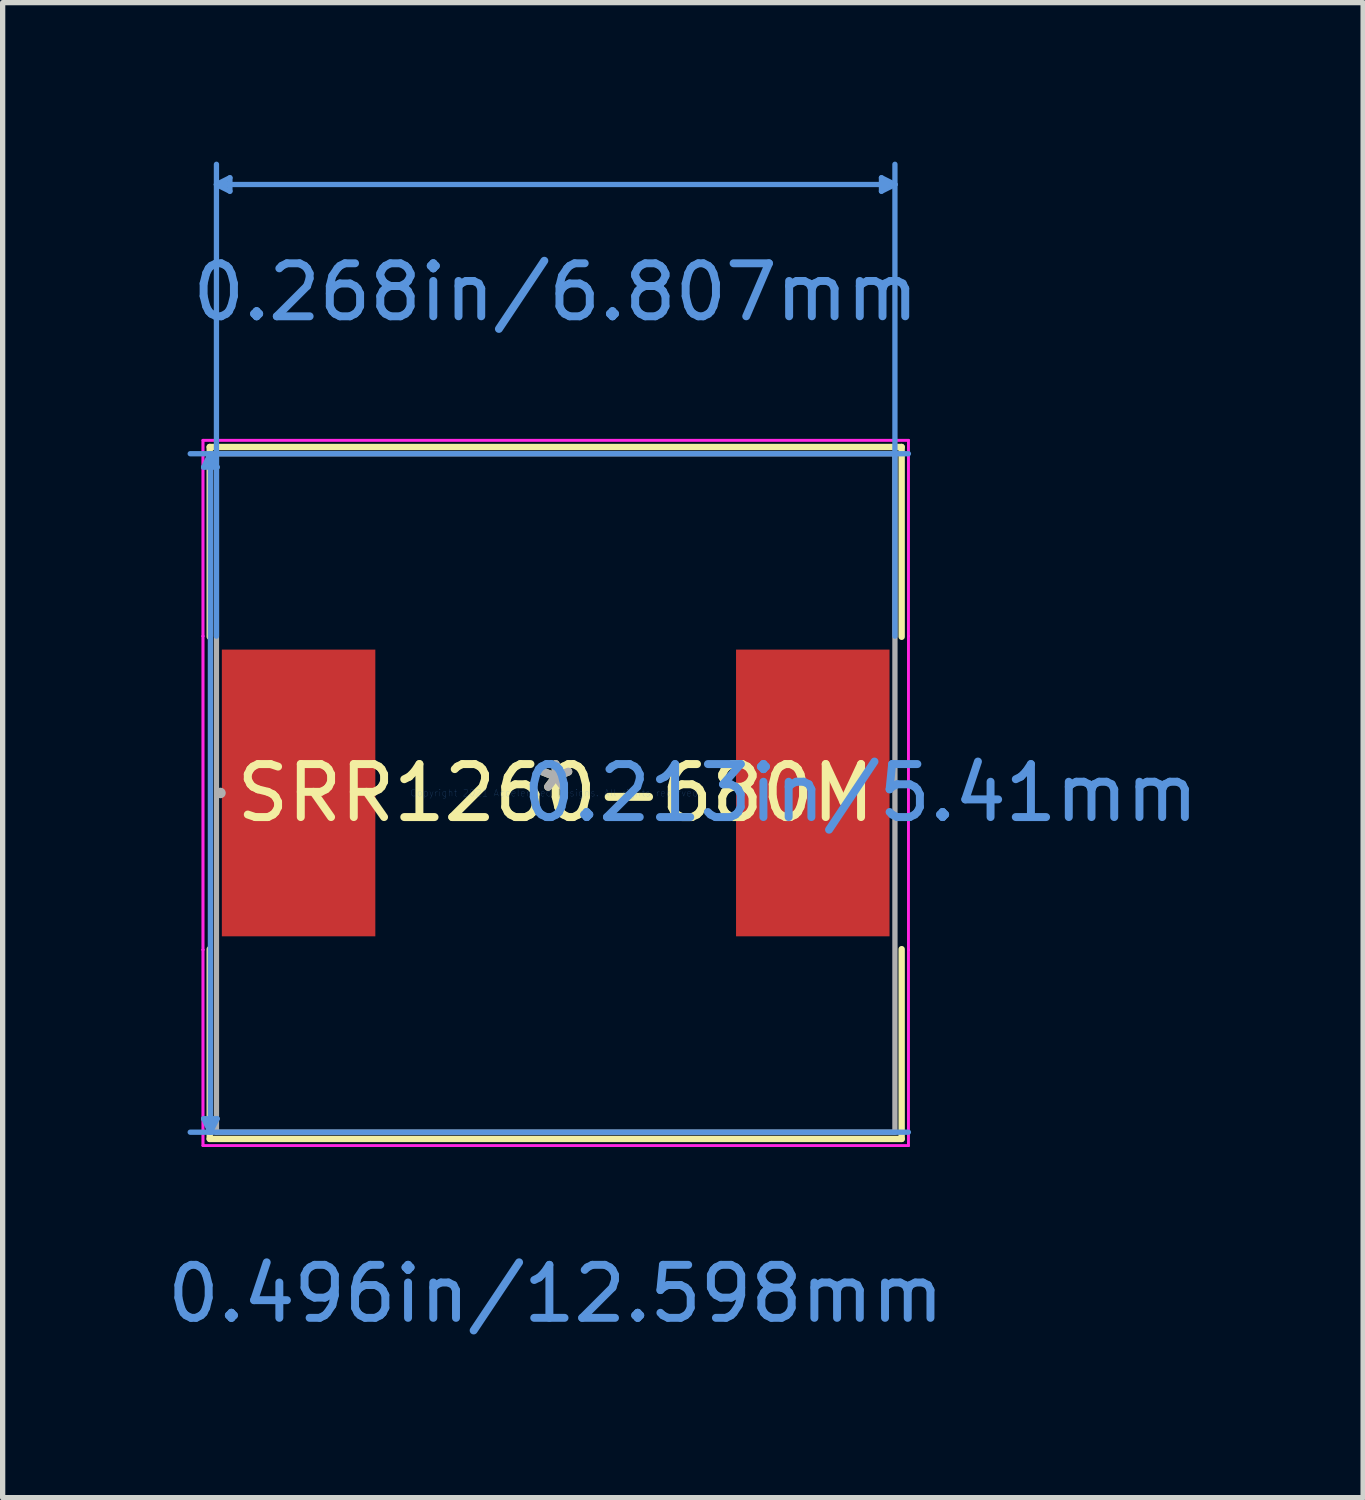
<source format=kicad_pcb>
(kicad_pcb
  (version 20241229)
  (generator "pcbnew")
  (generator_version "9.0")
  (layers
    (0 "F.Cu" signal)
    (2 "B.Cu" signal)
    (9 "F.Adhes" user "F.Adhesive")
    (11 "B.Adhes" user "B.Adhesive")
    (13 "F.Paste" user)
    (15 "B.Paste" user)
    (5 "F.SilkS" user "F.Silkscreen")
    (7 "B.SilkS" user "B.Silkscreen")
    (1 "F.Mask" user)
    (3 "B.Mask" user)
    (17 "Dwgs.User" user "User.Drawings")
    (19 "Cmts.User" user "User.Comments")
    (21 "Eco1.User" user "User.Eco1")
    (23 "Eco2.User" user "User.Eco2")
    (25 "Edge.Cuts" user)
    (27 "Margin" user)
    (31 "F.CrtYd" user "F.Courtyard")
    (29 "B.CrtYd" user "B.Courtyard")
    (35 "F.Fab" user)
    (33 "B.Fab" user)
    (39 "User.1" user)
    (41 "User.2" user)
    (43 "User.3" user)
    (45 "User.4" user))
  (footprint "SRR1260-680M"
    (layer "F.Cu")
    (at 7.435 11.912)
    (property "Reference" "SRR1260-680M" (at 0 0 0) (layer "F.SilkS") (effects (font (size 1 1) (thickness 0.15))))
    (attr through_hole)
    (fp_line (start -6.528 -6.528) (end -6.528 -2.947) (stroke (width 0.12) (type solid)) (layer "F.SilkS"))
    (fp_line (start -6.528 2.947) (end -6.528 6.528) (stroke (width 0.12) (type solid)) (layer "F.SilkS"))
    (fp_line (start -6.528 6.528) (end 6.528 6.528) (stroke (width 0.12) (type solid)) (layer "F.SilkS"))
    (fp_line (start 6.528 -6.528) (end -6.528 -6.528) (stroke (width 0.12) (type solid)) (layer "F.SilkS"))
    (fp_line (start 6.528 -2.947) (end 6.528 -6.528) (stroke (width 0.12) (type solid)) (layer "F.SilkS"))
    (fp_line (start 6.528 6.528) (end 6.528 2.947) (stroke (width 0.12) (type solid)) (layer "F.SilkS"))
    (fp_line (start -6.642 -6.147) (end -6.388 -6.147) (stroke (width 0.1) (type solid)) (layer "Cmts.User"))
    (fp_line (start -6.642 6.147) (end -6.388 6.147) (stroke (width 0.1) (type solid)) (layer "Cmts.User"))
    (fp_line (start -6.515 -6.401) (end -6.642 -6.147) (stroke (width 0.1) (type solid)) (layer "Cmts.User"))
    (fp_line (start -6.515 -6.401) (end -6.515 6.401) (stroke (width 0.1) (type solid)) (layer "Cmts.User"))
    (fp_line (start -6.515 -6.401) (end -6.388 -6.147) (stroke (width 0.1) (type solid)) (layer "Cmts.User"))
    (fp_line (start -6.515 6.401) (end -6.642 6.147) (stroke (width 0.1) (type solid)) (layer "Cmts.User"))
    (fp_line (start -6.515 6.401) (end -6.388 6.147) (stroke (width 0.1) (type solid)) (layer "Cmts.User"))
    (fp_line (start -6.401 -11.481) (end -6.147 -11.608) (stroke (width 0.1) (type solid)) (layer "Cmts.User"))
    (fp_line (start -6.401 -11.481) (end -6.147 -11.354) (stroke (width 0.1) (type solid)) (layer "Cmts.User"))
    (fp_line (start -6.401 -11.481) (end 6.401 -11.481) (stroke (width 0.1) (type solid)) (layer "Cmts.User"))
    (fp_line (start -6.401 -2.959) (end -6.401 -11.862) (stroke (width 0.1) (type solid)) (layer "Cmts.User"))
    (fp_line (start -6.147 -11.608) (end -6.147 -11.354) (stroke (width 0.1) (type solid)) (layer "Cmts.User"))
    (fp_line (start 6.147 -11.608) (end 6.147 -11.354) (stroke (width 0.1) (type solid)) (layer "Cmts.User"))
    (fp_line (start 6.401 -11.481) (end 6.147 -11.608) (stroke (width 0.1) (type solid)) (layer "Cmts.User"))
    (fp_line (start 6.401 -11.481) (end 6.147 -11.354) (stroke (width 0.1) (type solid)) (layer "Cmts.User"))
    (fp_line (start 6.401 -2.959) (end 6.401 -11.862) (stroke (width 0.1) (type solid)) (layer "Cmts.User"))
    (fp_line (start 6.655 -6.401) (end -6.896 -6.401) (stroke (width 0.1) (type solid)) (layer "Cmts.User"))
    (fp_line (start 6.655 6.401) (end -6.896 6.401) (stroke (width 0.1) (type solid)) (layer "Cmts.User"))
    (fp_line (start -6.655 -6.655) (end 6.655 -6.655) (stroke (width 0.05) (type solid)) (layer "F.CrtYd"))
    (fp_line (start -6.655 -6.655) (end 6.655 -6.655) (stroke (width 0.05) (type solid)) (layer "F.CrtYd"))
    (fp_line (start -6.655 -2.959) (end -6.655 -6.655) (stroke (width 0.05) (type solid)) (layer "F.CrtYd"))
    (fp_line (start -6.655 -2.959) (end -6.655 -6.655) (stroke (width 0.05) (type solid)) (layer "F.CrtYd"))
    (fp_line (start -6.655 -2.959) (end -6.655 -2.959) (stroke (width 0.05) (type solid)) (layer "F.CrtYd"))
    (fp_line (start -6.655 -2.959) (end -6.655 -2.959) (stroke (width 0.05) (type solid)) (layer "F.CrtYd"))
    (fp_line (start -6.655 2.959) (end -6.655 -2.959) (stroke (width 0.05) (type solid)) (layer "F.CrtYd"))
    (fp_line (start -6.655 2.959) (end -6.655 -2.959) (stroke (width 0.05) (type solid)) (layer "F.CrtYd"))
    (fp_line (start -6.655 2.959) (end -6.655 2.959) (stroke (width 0.05) (type solid)) (layer "F.CrtYd"))
    (fp_line (start -6.655 2.959) (end -6.655 2.959) (stroke (width 0.05) (type solid)) (layer "F.CrtYd"))
    (fp_line (start -6.655 6.655) (end -6.655 2.959) (stroke (width 0.05) (type solid)) (layer "F.CrtYd"))
    (fp_line (start -6.655 6.655) (end -6.655 2.959) (stroke (width 0.05) (type solid)) (layer "F.CrtYd"))
    (fp_line (start 6.655 -6.655) (end 6.655 -2.959) (stroke (width 0.05) (type solid)) (layer "F.CrtYd"))
    (fp_line (start 6.655 -6.655) (end 6.655 -2.959) (stroke (width 0.05) (type solid)) (layer "F.CrtYd"))
    (fp_line (start 6.655 -2.959) (end 6.655 -2.959) (stroke (width 0.05) (type solid)) (layer "F.CrtYd"))
    (fp_line (start 6.655 -2.959) (end 6.655 -2.959) (stroke (width 0.05) (type solid)) (layer "F.CrtYd"))
    (fp_line (start 6.655 -2.959) (end 6.655 2.959) (stroke (width 0.05) (type solid)) (layer "F.CrtYd"))
    (fp_line (start 6.655 -2.959) (end 6.655 2.959) (stroke (width 0.05) (type solid)) (layer "F.CrtYd"))
    (fp_line (start 6.655 2.959) (end 6.655 2.959) (stroke (width 0.05) (type solid)) (layer "F.CrtYd"))
    (fp_line (start 6.655 2.959) (end 6.655 2.959) (stroke (width 0.05) (type solid)) (layer "F.CrtYd"))
    (fp_line (start 6.655 2.959) (end 6.655 6.655) (stroke (width 0.05) (type solid)) (layer "F.CrtYd"))
    (fp_line (start 6.655 2.959) (end 6.655 6.655) (stroke (width 0.05) (type solid)) (layer "F.CrtYd"))
    (fp_line (start 6.655 6.655) (end -6.655 6.655) (stroke (width 0.05) (type solid)) (layer "F.CrtYd"))
    (fp_line (start 6.655 6.655) (end -6.655 6.655) (stroke (width 0.05) (type solid)) (layer "F.CrtYd"))
    (fp_line (start -6.401 -6.401) (end -6.401 6.401) (stroke (width 0.1) (type solid)) (layer "F.Fab"))
    (fp_line (start -6.401 6.401) (end 6.401 6.401) (stroke (width 0.1) (type solid)) (layer "F.Fab"))
    (fp_line (start 6.401 -6.401) (end -6.401 -6.401) (stroke (width 0.1) (type solid)) (layer "F.Fab"))
    (fp_line (start 6.401 6.401) (end 6.401 -6.401) (stroke (width 0.1) (type solid)) (layer "F.Fab"))
    (fp_circle (center -6.325 0) (end -6.325 0) (stroke (width 0.1) (type solid)) (fill no) (layer "F.Fab"))
    (fp_text user "*" (at 0 0 0) (layer "F.SilkS") (effects (font (size 1 1) (thickness 0.15))))
    (fp_text user "0.213in/5.41mm" (at 5.753 0 0) (layer "Cmts.User") (effects (font (size 1 1) (thickness 0.15))))
    (fp_text user "Copyright 2021 Accelerated Designs. All rights reserved." (at 0 0 0) (layer "Cmts.User") (effects (font (size 0.127 0.127) (thickness 0.002))))
    (fp_text user "0.268in/6.807mm" (at 0 -9.449 0) (layer "Cmts.User") (effects (font (size 1 1) (thickness 0.15))))
    (fp_text user "0.496in/12.598mm" (at 0 9.449 0) (layer "Cmts.User") (effects (font (size 1 1) (thickness 0.15))))
    (fp_text user "*" (at 0 0 0) (layer "F.Fab") (effects (font (size 1 1) (thickness 0.15))))
    (pad "1" smd rect (at -4.851 0) (size 2.896 5.41) (layers "F.Cu" "F.Mask" "F.Paste"))
    (pad "2" smd rect (at 4.851 0) (size 2.896 5.41) (layers "F.Cu" "F.Mask" "F.Paste")))
  (gr_rect
    (start -3 -3)
    (end 22.67 25.209)
    (stroke (width 0.1) (type default))
    (fill no)
    (layer "Edge.Cuts")))
</source>
